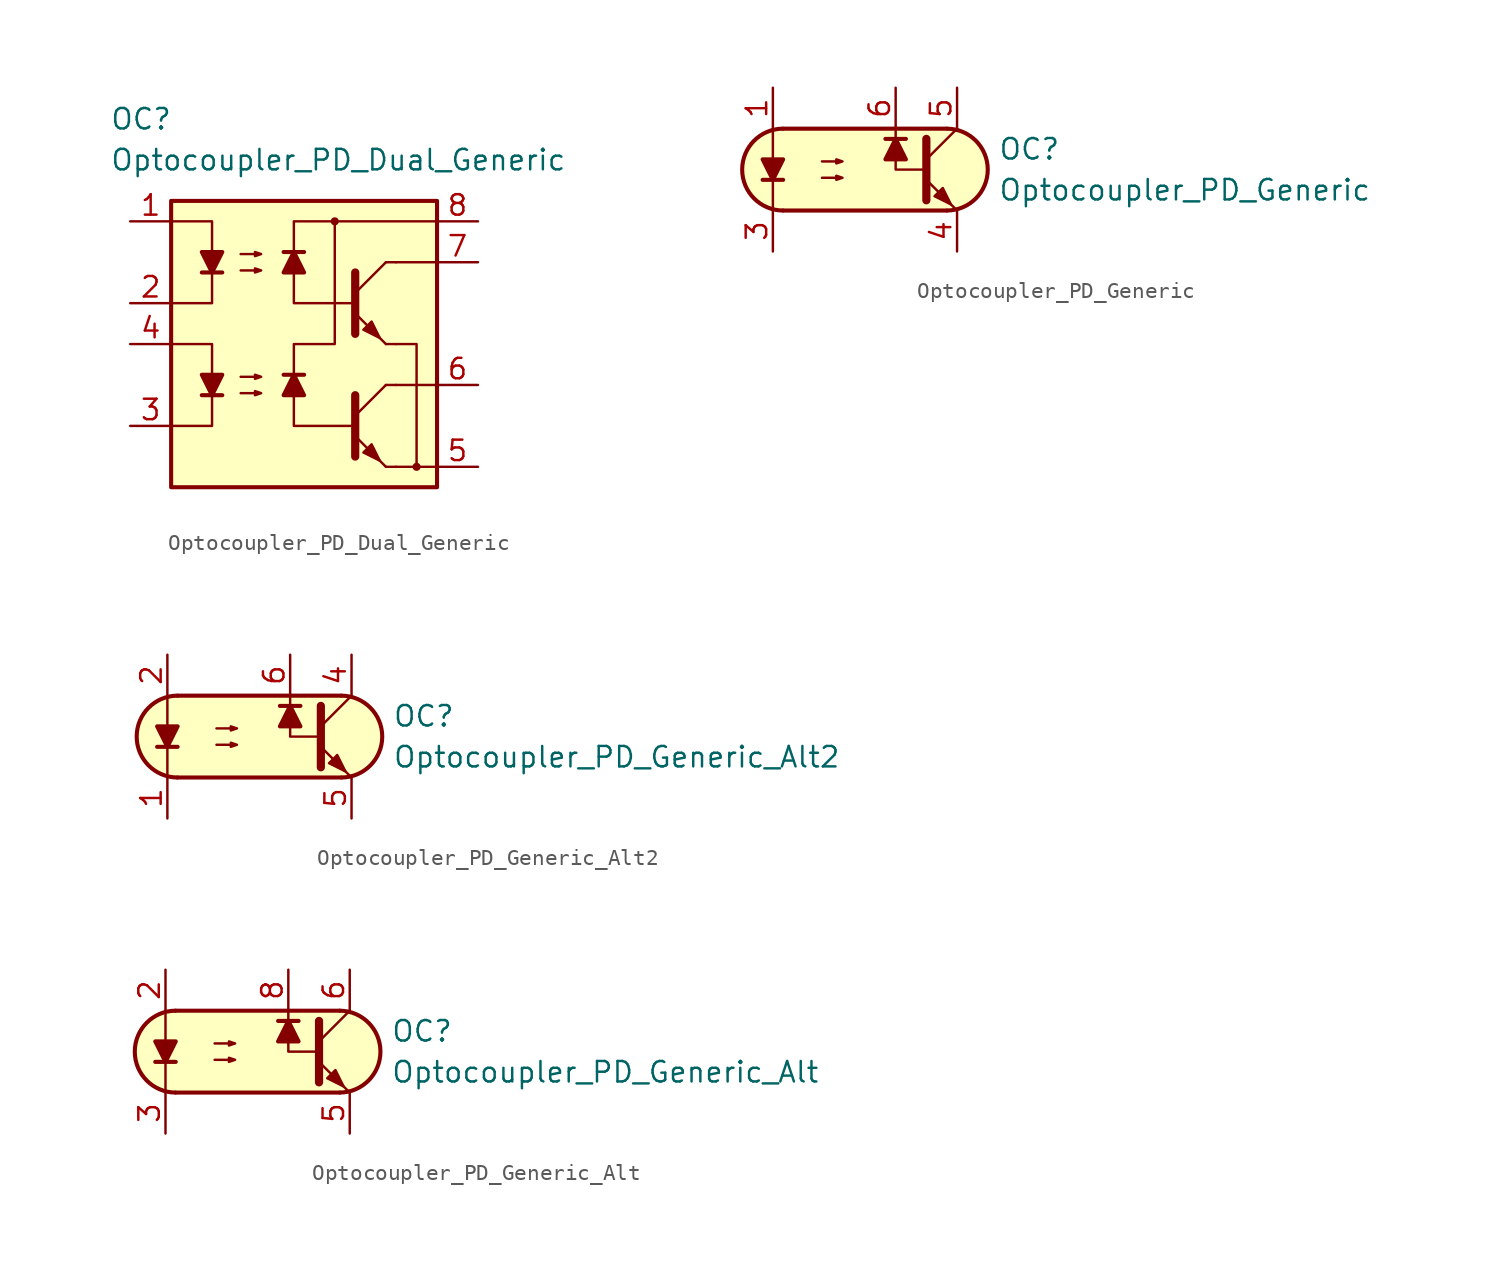
<source format=kicad_sym>
(kicad_symbol_lib
  (version 20211014)
  (generator kicad_symbol_editor)
  (symbol "Optocoupler_AKL:Optocoupler_PD_Dual_Generic"
    (pin_names
      (offset 1.016))
    (property "Reference" "OC"
      (at -10.16 17.78 0)
      (effects (font (size 1.27 1.27)) (justify left)))
    (property "Value" "Optocoupler_PD_Dual_Generic"
      (at -10.16 15.24 0)
      (effects (font (size 1.27 1.27)) (justify left)))
    (symbol "Optocoupler_PD_Dual_Generic_0_0"
      (rectangle (start -6.35 12.7) (end 10.16 -5.08) (stroke (width 0.254) (type default) (color 0 0 0 0)) (fill (type background)))
      (polyline (pts (xy 7.62 8.89) (xy 10.16 8.89)) (stroke (width 0) (type default) (color 0 0 0 0)) (fill (type none)))
      (polyline (pts (xy 10.16 -3.81) (xy 7.62 -3.81)) (stroke (width 0) (type default) (color 0 0 0 0)) (fill (type none)))
      (polyline (pts (xy 10.16 1.27) (xy 7.62 1.27)) (stroke (width 0) (type default) (color 0 0 0 0)) (fill (type none)))
      (polyline (pts (xy 7.62 3.81) (xy 8.89 3.81) (xy 8.89 -3.81)) (stroke (width 0) (type default) (color 0 0 0 0)) (fill (type none)))
      (polyline (pts (xy 5.08 6.35) (xy 1.27 6.35) (xy 1.27 11.43) (xy 10.16 11.43)) (stroke (width 0) (type default) (color 0 0 0 0)) (fill (type none)))
      (polyline (pts (xy 5.08 -1.27) (xy 1.27 -1.27) (xy 1.27 3.81) (xy 3.81 3.81) (xy 3.81 11.43)) (stroke (width 0) (type default) (color 0 0 0 0)) (fill (type none)))
      (circle (center 3.81 11.43) (radius 0.178) (stroke (width 0)) (stroke (width 0) (type default) (color 0 0 0 0)) (fill (type outline))))
    (symbol "Optocoupler_PD_Dual_Generic_0_1"
      (polyline (pts (xy -4.445 0.635) (xy -3.175 0.635)) (stroke (width 0.254) (type default) (color 0 0 0 0)) (fill (type none)))
      (polyline (pts (xy 5.08 -0.635) (xy 6.985 1.27)) (stroke (width 0) (type default) (color 0 0 0 0)) (fill (type none)))
      (polyline (pts (xy 6.985 -3.81) (xy 5.08 -1.905)) (stroke (width 0) (type default) (color 0 0 0 0)) (fill (type outline)))
      (polyline (pts (xy 6.985 -3.81) (xy 7.62 -3.81)) (stroke (width 0) (type default) (color 0 0 0 0)) (fill (type none)))
      (polyline (pts (xy 6.985 1.27) (xy 7.62 1.27)) (stroke (width 0) (type default) (color 0 0 0 0)) (fill (type none)))
      (polyline (pts (xy -6.35 3.81) (xy -3.81 3.81) (xy -3.81 0.635)) (stroke (width 0) (type default) (color 0 0 0 0)) (fill (type none)))
      (polyline (pts (xy -3.81 0.635) (xy -3.81 -1.27) (xy -6.35 -1.27)) (stroke (width 0) (type default) (color 0 0 0 0)) (fill (type none)))
      (polyline (pts (xy 5.08 0.635) (xy 5.08 -3.175) (xy 5.08 -3.175)) (stroke (width 0.508) (type default) (color 0 0 0 0)) (fill (type none)))
      (polyline (pts (xy -3.81 0.635) (xy -4.445 1.905) (xy -3.175 1.905) (xy -3.81 0.635)) (stroke (width 0.254) (type default) (color 0 0 0 0)) (fill (type outline)))
      (polyline (pts (xy -2.032 0.762) (xy -0.762 0.762) (xy -1.143 0.635) (xy -1.143 0.889) (xy -0.762 0.762)) (stroke (width 0) (type default) (color 0 0 0 0)) (fill (type none)))
      (polyline (pts (xy -2.032 1.778) (xy -0.762 1.778) (xy -1.143 1.651) (xy -1.143 1.905) (xy -0.762 1.778)) (stroke (width 0) (type default) (color 0 0 0 0)) (fill (type none)))
      (polyline (pts (xy 5.588 -2.921) (xy 6.096 -2.413) (xy 6.604 -3.429) (xy 5.588 -2.921) (xy 5.588 -2.921)) (stroke (width 0) (type default) (color 0 0 0 0)) (fill (type outline))))
    (symbol "Optocoupler_PD_Dual_Generic_1_1"
      (polyline (pts (xy -4.445 8.255) (xy -3.175 8.255)) (stroke (width 0.254) (type default) (color 0 0 0 0)) (fill (type none)))
      (polyline (pts (xy 1.905 1.905) (xy 0.635 1.905)) (stroke (width 0.254) (type default) (color 0 0 0 0)) (fill (type none)))
      (polyline (pts (xy 1.905 9.525) (xy 0.635 9.525)) (stroke (width 0.254) (type default) (color 0 0 0 0)) (fill (type none)))
      (polyline (pts (xy 5.08 6.985) (xy 6.985 8.89)) (stroke (width 0) (type default) (color 0 0 0 0)) (fill (type none)))
      (polyline (pts (xy 6.985 3.81) (xy 5.08 5.715)) (stroke (width 0) (type default) (color 0 0 0 0)) (fill (type outline)))
      (polyline (pts (xy 6.985 3.81) (xy 7.62 3.81)) (stroke (width 0) (type default) (color 0 0 0 0)) (fill (type none)))
      (polyline (pts (xy 6.985 8.89) (xy 7.62 8.89)) (stroke (width 0) (type default) (color 0 0 0 0)) (fill (type none)))
      (polyline (pts (xy -6.35 11.43) (xy -3.81 11.43) (xy -3.81 8.255)) (stroke (width 0) (type default) (color 0 0 0 0)) (fill (type none)))
      (polyline (pts (xy -3.81 8.255) (xy -3.81 6.35) (xy -6.35 6.35)) (stroke (width 0) (type default) (color 0 0 0 0)) (fill (type none)))
      (polyline (pts (xy 5.08 8.255) (xy 5.08 4.445) (xy 5.08 4.445)) (stroke (width 0.508) (type default) (color 0 0 0 0)) (fill (type none)))
      (polyline (pts (xy -3.81 8.255) (xy -4.445 9.525) (xy -3.175 9.525) (xy -3.81 8.255)) (stroke (width 0.254) (type default) (color 0 0 0 0)) (fill (type outline)))
      (polyline (pts (xy 1.27 1.905) (xy 1.905 0.635) (xy 0.635 0.635) (xy 1.27 1.905)) (stroke (width 0.254) (type default) (color 0 0 0 0)) (fill (type outline)))
      (polyline (pts (xy 1.27 9.525) (xy 1.905 8.255) (xy 0.635 8.255) (xy 1.27 9.525)) (stroke (width 0.254) (type default) (color 0 0 0 0)) (fill (type outline)))
      (polyline (pts (xy -2.032 8.382) (xy -0.762 8.382) (xy -1.143 8.255) (xy -1.143 8.509) (xy -0.762 8.382)) (stroke (width 0) (type default) (color 0 0 0 0)) (fill (type none)))
      (polyline (pts (xy -2.032 9.398) (xy -0.762 9.398) (xy -1.143 9.271) (xy -1.143 9.525) (xy -0.762 9.398)) (stroke (width 0) (type default) (color 0 0 0 0)) (fill (type none)))
      (polyline (pts (xy 5.588 4.699) (xy 6.096 5.207) (xy 6.604 4.191) (xy 5.588 4.699) (xy 5.588 4.699)) (stroke (width 0) (type default) (color 0 0 0 0)) (fill (type outline)))
      (circle (center 8.89 -3.81) (radius 0.178) (stroke (width 0)) (stroke (width 0) (type default) (color 0 0 0 0)) (fill (type outline)))
      (pin passive line (at -8.89 11.43 0) (length 2.54) (name "~" (effects (font (size 1.27 1.27)))) (number "1" (effects (font (size 1.27 1.27)))))
      (pin passive line (at -8.89 6.35 0) (length 2.54) (name "~" (effects (font (size 1.27 1.27)))) (number "2" (effects (font (size 1.27 1.27)))))
      (pin passive line (at -8.89 -1.27 0) (length 2.54) (name "~" (effects (font (size 1.27 1.27)))) (number "3" (effects (font (size 1.27 1.27)))))
      (pin passive line (at -8.89 3.81 0) (length 2.54) (name "~" (effects (font (size 1.27 1.27)))) (number "4" (effects (font (size 1.27 1.27)))))
      (pin passive line (at 12.7 -3.81 180) (length 2.54) (name "~" (effects (font (size 1.27 1.27)))) (number "5" (effects (font (size 1.27 1.27)))))
      (pin passive line (at 12.7 1.27 180) (length 2.54) (name "~" (effects (font (size 1.27 1.27)))) (number "6" (effects (font (size 1.27 1.27)))))
      (pin passive line (at 12.7 8.89 180) (length 2.54) (name "~" (effects (font (size 1.27 1.27)))) (number "7" (effects (font (size 1.27 1.27)))))
      (pin passive line (at 12.7 11.43 180) (length 2.54) (name "~" (effects (font (size 1.27 1.27)))) (number "8" (effects (font (size 1.27 1.27)))))))
  (symbol "Optocoupler_AKL:Optocoupler_PD_Generic"
    (pin_names
      (offset 1.016))
    (property "Reference" "OC"
      (at 8.89 1.27 0)
      (effects (font (size 1.27 1.27)) (justify left)))
    (property "Value" "Optocoupler_PD_Generic"
      (at 8.89 -1.27 0)
      (effects (font (size 1.27 1.27)) (justify left)))
    (symbol "Optocoupler_PD_Generic_0_1"
      (arc (start -4.4675 2.54) (mid -6.9851 0) (end -4.4675 -2.54) (stroke (width 0.254) (type default) (color 0 0 0 0)) (fill (type none)))
      (polyline (pts (xy -5.715 -0.635) (xy -4.445 -0.635)) (stroke (width 0.254) (type default) (color 0 0 0 0)) (fill (type none)))
      (polyline (pts (xy -5.08 2.54) (xy -5.08 -2.54)) (stroke (width 0.152) (type default) (color 0 0 0 0)) (fill (type none)))
      (polyline (pts (xy -4.445 2.54) (xy 5.715 2.54)) (stroke (width 0.254) (type default) (color 0 0 0 0)) (fill (type none)))
      (polyline (pts (xy 4.445 0.635) (xy 6.35 2.54)) (stroke (width 0) (type default) (color 0 0 0 0)) (fill (type none)))
      (polyline (pts (xy 5.715 -2.54) (xy -4.445 -2.54)) (stroke (width 0.254) (type default) (color 0 0 0 0)) (fill (type none)))
      (polyline (pts (xy 6.35 -2.54) (xy 4.445 -0.635)) (stroke (width 0) (type default) (color 0 0 0 0)) (fill (type outline)))
      (polyline (pts (xy 4.445 0) (xy 2.54 0) (xy 2.54 2.54)) (stroke (width 0.152) (type default) (color 0 0 0 0)) (fill (type none)))
      (polyline (pts (xy 4.445 1.905) (xy 4.445 -1.905) (xy 4.445 -1.905)) (stroke (width 0.508) (type default) (color 0 0 0 0)) (fill (type none)))
      (polyline (pts (xy -5.08 -0.635) (xy -5.715 0.635) (xy -4.445 0.635) (xy -5.08 -0.635)) (stroke (width 0.254) (type default) (color 0 0 0 0)) (fill (type outline)))
      (polyline (pts (xy -2.032 -0.508) (xy -0.762 -0.508) (xy -1.143 -0.635) (xy -1.143 -0.381) (xy -0.762 -0.508)) (stroke (width 0) (type default) (color 0 0 0 0)) (fill (type none)))
      (polyline (pts (xy -2.032 0.508) (xy -0.762 0.508) (xy -1.143 0.381) (xy -1.143 0.635) (xy -0.762 0.508)) (stroke (width 0) (type default) (color 0 0 0 0)) (fill (type none)))
      (polyline (pts (xy 4.953 -1.651) (xy 5.461 -1.143) (xy 5.969 -2.159) (xy 4.953 -1.651) (xy 4.953 -1.651)) (stroke (width 0) (type default) (color 0 0 0 0)) (fill (type outline)))
      (polyline (pts (xy -5.08 2.54) (xy 3.556 2.54) (xy 4.826 2.54) (xy 6.096 2.54) (xy 7.112 2.159) (xy 8.001 1.143) (xy 8.255 0.127) (xy 8.128 -0.762) (xy 7.747 -1.524) (xy 7.366 -1.905) (xy 6.858 -2.286) (xy 5.969 -2.54) (xy -4.699 -2.54) (xy -5.969 -2.032) (xy -6.731 -1.143) (xy -6.985 -0.127) (xy -6.858 0.889) (xy -6.223 1.778) (xy -5.461 2.286) (xy -4.445 2.54) (xy -4.318 2.54) (xy -4.191 2.54) (xy -5.08 2.54)) (stroke (width 0.01) (type default) (color 0 0 0 0)) (fill (type background)))
      (arc (start 5.7375 -2.54) (mid 8.2551 0) (end 5.7375 2.54) (stroke (width 0.254) (type default) (color 0 0 0 0)) (fill (type none))))
    (symbol "Optocoupler_PD_Generic_1_1"
      (polyline (pts (xy 3.175 1.905) (xy 1.905 1.905)) (stroke (width 0.254) (type default) (color 0 0 0 0)) (fill (type none)))
      (polyline (pts (xy 2.54 1.905) (xy 3.175 0.635) (xy 1.905 0.635) (xy 2.54 1.905)) (stroke (width 0.254) (type default) (color 0 0 0 0)) (fill (type outline)))
      (pin passive line (at -5.08 5.08 270) (length 2.54) (name "~" (effects (font (size 1.27 1.27)))) (number "1" (effects (font (size 1.27 1.27)))))
      (pin passive line (at -5.08 -5.08 90) (length 2.54) (name "~" (effects (font (size 1.27 1.27)))) (number "3" (effects (font (size 1.27 1.27)))))
      (pin passive line (at 6.35 -5.08 90) (length 2.54) (name "~" (effects (font (size 1.27 1.27)))) (number "4" (effects (font (size 1.27 1.27)))))
      (pin passive line (at 6.35 5.08 270) (length 2.54) (name "~" (effects (font (size 1.27 1.27)))) (number "5" (effects (font (size 1.27 1.27)))))
      (pin passive line (at 2.54 5.08 270) (length 2.54) (name "~" (effects (font (size 1.27 1.27)))) (number "6" (effects (font (size 1.27 1.27)))))))
  (symbol "Optocoupler_AKL:Optocoupler_PD_Generic_Alt2"
    (pin_names
      (offset 1.016))
    (property "Reference" "OC"
      (at 8.89 1.27 0)
      (effects (font (size 1.27 1.27)) (justify left)))
    (property "Value" "Optocoupler_PD_Generic_Alt2"
      (at 8.89 -1.27 0)
      (effects (font (size 1.27 1.27)) (justify left)))
    (symbol "Optocoupler_PD_Generic_Alt2_0_1"
      (arc (start -4.4675 2.54) (mid -6.9851 0) (end -4.4675 -2.54) (stroke (width 0.254) (type default) (color 0 0 0 0)) (fill (type none)))
      (polyline (pts (xy -5.715 -0.635) (xy -4.445 -0.635)) (stroke (width 0.254) (type default) (color 0 0 0 0)) (fill (type none)))
      (polyline (pts (xy -5.08 2.54) (xy -5.08 -2.54)) (stroke (width 0.152) (type default) (color 0 0 0 0)) (fill (type none)))
      (polyline (pts (xy -4.445 2.54) (xy 5.715 2.54)) (stroke (width 0.254) (type default) (color 0 0 0 0)) (fill (type none)))
      (polyline (pts (xy 4.445 0.635) (xy 6.35 2.54)) (stroke (width 0) (type default) (color 0 0 0 0)) (fill (type none)))
      (polyline (pts (xy 5.715 -2.54) (xy -4.445 -2.54)) (stroke (width 0.254) (type default) (color 0 0 0 0)) (fill (type none)))
      (polyline (pts (xy 6.35 -2.54) (xy 4.445 -0.635)) (stroke (width 0) (type default) (color 0 0 0 0)) (fill (type outline)))
      (polyline (pts (xy 4.445 0) (xy 2.54 0) (xy 2.54 2.54)) (stroke (width 0.152) (type default) (color 0 0 0 0)) (fill (type none)))
      (polyline (pts (xy 4.445 1.905) (xy 4.445 -1.905) (xy 4.445 -1.905)) (stroke (width 0.508) (type default) (color 0 0 0 0)) (fill (type none)))
      (polyline (pts (xy -5.08 -0.635) (xy -5.715 0.635) (xy -4.445 0.635) (xy -5.08 -0.635)) (stroke (width 0.254) (type default) (color 0 0 0 0)) (fill (type outline)))
      (polyline (pts (xy -2.032 -0.508) (xy -0.762 -0.508) (xy -1.143 -0.635) (xy -1.143 -0.381) (xy -0.762 -0.508)) (stroke (width 0) (type default) (color 0 0 0 0)) (fill (type none)))
      (polyline (pts (xy -2.032 0.508) (xy -0.762 0.508) (xy -1.143 0.381) (xy -1.143 0.635) (xy -0.762 0.508)) (stroke (width 0) (type default) (color 0 0 0 0)) (fill (type none)))
      (polyline (pts (xy 4.953 -1.651) (xy 5.461 -1.143) (xy 5.969 -2.159) (xy 4.953 -1.651) (xy 4.953 -1.651)) (stroke (width 0) (type default) (color 0 0 0 0)) (fill (type outline)))
      (polyline (pts (xy -5.08 2.54) (xy 3.556 2.54) (xy 4.826 2.54) (xy 6.096 2.54) (xy 7.112 2.159) (xy 8.001 1.143) (xy 8.255 0.127) (xy 8.128 -0.762) (xy 7.747 -1.524) (xy 7.366 -1.905) (xy 6.858 -2.286) (xy 5.969 -2.54) (xy -4.699 -2.54) (xy -5.969 -2.032) (xy -6.731 -1.143) (xy -6.985 -0.127) (xy -6.858 0.889) (xy -6.223 1.778) (xy -5.461 2.286) (xy -4.445 2.54) (xy -4.318 2.54) (xy -4.191 2.54) (xy -5.08 2.54)) (stroke (width 0.01) (type default) (color 0 0 0 0)) (fill (type background)))
      (arc (start 5.7375 -2.54) (mid 8.2551 0) (end 5.7375 2.54) (stroke (width 0.254) (type default) (color 0 0 0 0)) (fill (type none))))
    (symbol "Optocoupler_PD_Generic_Alt2_1_1"
      (polyline (pts (xy 3.175 1.905) (xy 1.905 1.905)) (stroke (width 0.254) (type default) (color 0 0 0 0)) (fill (type none)))
      (polyline (pts (xy 2.54 1.905) (xy 3.175 0.635) (xy 1.905 0.635) (xy 2.54 1.905)) (stroke (width 0.254) (type default) (color 0 0 0 0)) (fill (type outline)))
      (pin passive line (at -5.08 -5.08 90) (length 2.54) (name "~" (effects (font (size 1.27 1.27)))) (number "1" (effects (font (size 1.27 1.27)))))
      (pin passive line (at -5.08 5.08 270) (length 2.54) (name "~" (effects (font (size 1.27 1.27)))) (number "2" (effects (font (size 1.27 1.27)))))
      (pin passive line (at 6.35 5.08 270) (length 2.54) (name "~" (effects (font (size 1.27 1.27)))) (number "4" (effects (font (size 1.27 1.27)))))
      (pin passive line (at 6.35 -5.08 90) (length 2.54) (name "~" (effects (font (size 1.27 1.27)))) (number "5" (effects (font (size 1.27 1.27)))))
      (pin passive line (at 2.54 5.08 270) (length 2.54) (name "~" (effects (font (size 1.27 1.27)))) (number "6" (effects (font (size 1.27 1.27)))))))
  (symbol "Optocoupler_AKL:Optocoupler_PD_Generic_Alt"
    (pin_names
      (offset 1.016))
    (property "Reference" "OC"
      (at 8.89 1.27 0)
      (effects (font (size 1.27 1.27)) (justify left)))
    (property "Value" "Optocoupler_PD_Generic_Alt"
      (at 8.89 -1.27 0)
      (effects (font (size 1.27 1.27)) (justify left)))
    (symbol "Optocoupler_PD_Generic_Alt_0_1"
      (arc (start -4.4675 2.54) (mid -6.9851 0) (end -4.4675 -2.54) (stroke (width 0.254) (type default) (color 0 0 0 0)) (fill (type none)))
      (polyline (pts (xy -5.715 -0.635) (xy -4.445 -0.635)) (stroke (width 0.254) (type default) (color 0 0 0 0)) (fill (type none)))
      (polyline (pts (xy -5.08 2.54) (xy -5.08 -2.54)) (stroke (width 0.152) (type default) (color 0 0 0 0)) (fill (type none)))
      (polyline (pts (xy -4.445 2.54) (xy 5.715 2.54)) (stroke (width 0.254) (type default) (color 0 0 0 0)) (fill (type none)))
      (polyline (pts (xy 4.445 0.635) (xy 6.35 2.54)) (stroke (width 0) (type default) (color 0 0 0 0)) (fill (type none)))
      (polyline (pts (xy 5.715 -2.54) (xy -4.445 -2.54)) (stroke (width 0.254) (type default) (color 0 0 0 0)) (fill (type none)))
      (polyline (pts (xy 6.35 -2.54) (xy 4.445 -0.635)) (stroke (width 0) (type default) (color 0 0 0 0)) (fill (type outline)))
      (polyline (pts (xy 4.445 0) (xy 2.54 0) (xy 2.54 2.54)) (stroke (width 0.152) (type default) (color 0 0 0 0)) (fill (type none)))
      (polyline (pts (xy 4.445 1.905) (xy 4.445 -1.905) (xy 4.445 -1.905)) (stroke (width 0.508) (type default) (color 0 0 0 0)) (fill (type none)))
      (polyline (pts (xy -5.08 -0.635) (xy -5.715 0.635) (xy -4.445 0.635) (xy -5.08 -0.635)) (stroke (width 0.254) (type default) (color 0 0 0 0)) (fill (type outline)))
      (polyline (pts (xy -2.032 -0.508) (xy -0.762 -0.508) (xy -1.143 -0.635) (xy -1.143 -0.381) (xy -0.762 -0.508)) (stroke (width 0) (type default) (color 0 0 0 0)) (fill (type none)))
      (polyline (pts (xy -2.032 0.508) (xy -0.762 0.508) (xy -1.143 0.381) (xy -1.143 0.635) (xy -0.762 0.508)) (stroke (width 0) (type default) (color 0 0 0 0)) (fill (type none)))
      (polyline (pts (xy 4.953 -1.651) (xy 5.461 -1.143) (xy 5.969 -2.159) (xy 4.953 -1.651) (xy 4.953 -1.651)) (stroke (width 0) (type default) (color 0 0 0 0)) (fill (type outline)))
      (polyline (pts (xy -5.08 2.54) (xy 3.556 2.54) (xy 4.826 2.54) (xy 6.096 2.54) (xy 7.112 2.159) (xy 8.001 1.143) (xy 8.255 0.127) (xy 8.128 -0.762) (xy 7.747 -1.524) (xy 7.366 -1.905) (xy 6.858 -2.286) (xy 5.969 -2.54) (xy -4.699 -2.54) (xy -5.969 -2.032) (xy -6.731 -1.143) (xy -6.985 -0.127) (xy -6.858 0.889) (xy -6.223 1.778) (xy -5.461 2.286) (xy -4.445 2.54) (xy -4.318 2.54) (xy -4.191 2.54) (xy -5.08 2.54)) (stroke (width 0.01) (type default) (color 0 0 0 0)) (fill (type background)))
      (arc (start 5.7375 -2.54) (mid 8.2551 0) (end 5.7375 2.54) (stroke (width 0.254) (type default) (color 0 0 0 0)) (fill (type none))))
    (symbol "Optocoupler_PD_Generic_Alt_1_1"
      (polyline (pts (xy 3.175 1.905) (xy 1.905 1.905)) (stroke (width 0.254) (type default) (color 0 0 0 0)) (fill (type none)))
      (polyline (pts (xy 2.54 1.905) (xy 3.175 0.635) (xy 1.905 0.635) (xy 2.54 1.905)) (stroke (width 0.254) (type default) (color 0 0 0 0)) (fill (type outline)))
      (pin passive line (at -5.08 5.08 270) (length 2.54) (name "~" (effects (font (size 1.27 1.27)))) (number "2" (effects (font (size 1.27 1.27)))))
      (pin passive line (at -5.08 -5.08 90) (length 2.54) (name "~" (effects (font (size 1.27 1.27)))) (number "3" (effects (font (size 1.27 1.27)))))
      (pin passive line (at 6.35 -5.08 90) (length 2.54) (name "~" (effects (font (size 1.27 1.27)))) (number "5" (effects (font (size 1.27 1.27)))))
      (pin passive line (at 6.35 5.08 270) (length 2.54) (name "~" (effects (font (size 1.27 1.27)))) (number "6" (effects (font (size 1.27 1.27)))))
      (pin passive line (at 2.54 5.08 270) (length 2.54) (name "~" (effects (font (size 1.27 1.27)))) (number "8" (effects (font (size 1.27 1.27))))))))
</source>
